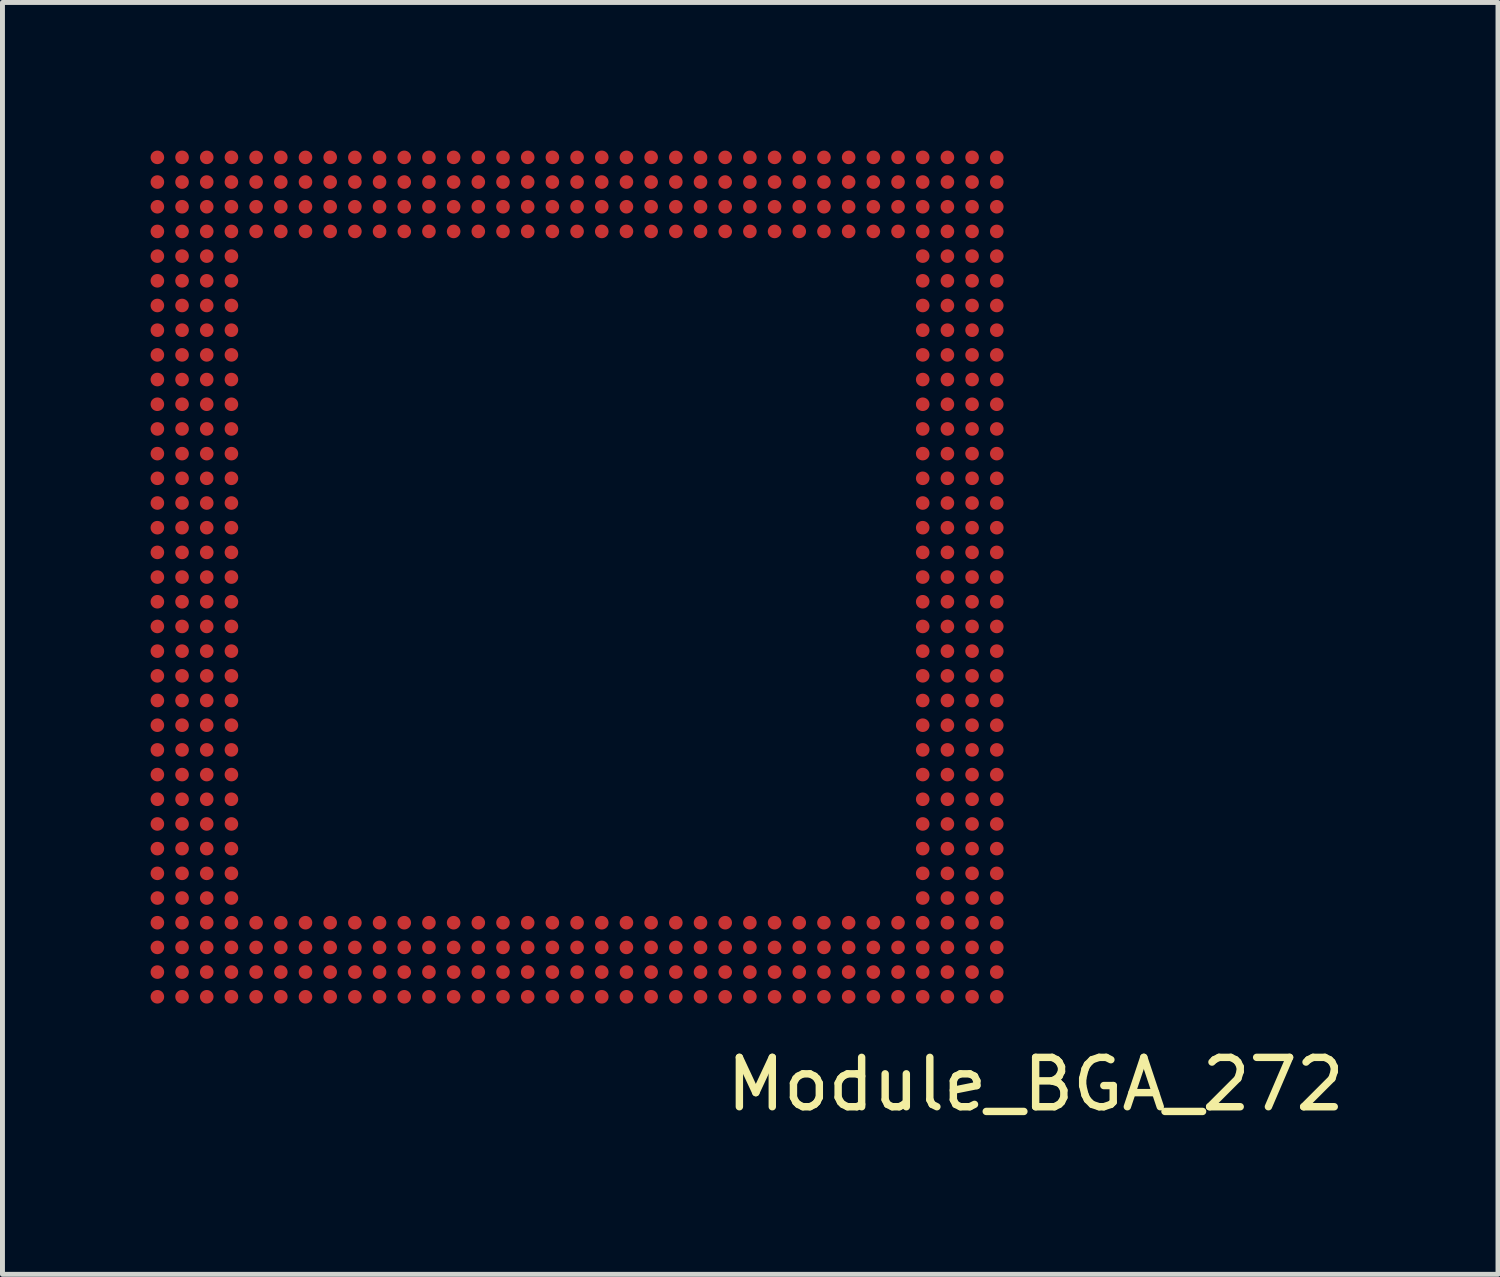
<source format=kicad_pcb>
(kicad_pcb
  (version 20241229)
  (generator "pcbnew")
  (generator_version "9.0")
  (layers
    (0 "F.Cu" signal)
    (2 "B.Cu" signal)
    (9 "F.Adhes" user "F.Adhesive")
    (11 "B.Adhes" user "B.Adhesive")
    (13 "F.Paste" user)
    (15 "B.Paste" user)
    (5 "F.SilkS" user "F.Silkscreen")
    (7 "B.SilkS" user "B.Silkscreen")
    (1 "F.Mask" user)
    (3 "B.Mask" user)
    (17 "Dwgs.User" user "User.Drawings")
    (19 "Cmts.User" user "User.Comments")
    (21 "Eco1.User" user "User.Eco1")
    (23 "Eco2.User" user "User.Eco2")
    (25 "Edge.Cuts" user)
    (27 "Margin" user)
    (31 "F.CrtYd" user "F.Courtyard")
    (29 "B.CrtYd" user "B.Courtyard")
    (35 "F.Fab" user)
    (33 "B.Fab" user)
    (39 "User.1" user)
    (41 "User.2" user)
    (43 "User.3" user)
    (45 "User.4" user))
  (footprint "Module_BGA_272"
    (layer "F.Cu")
    (at 3.659 4.173)
    (property "Reference" "Module_BGA_272" (at 14.265 14.736 0) (unlocked yes) (layer "F.SilkS") (effects (font (size 1 1) (thickness 0.15))))
    (attr smd)
    (pad "1" smd circle (at -3.522 -4.036) (size 0.275 0.275) (layers "F.Cu" "F.Mask" "F.Paste"))
    (pad "2" smd circle (at -3.022 -4.036) (size 0.275 0.275) (layers "F.Cu" "F.Mask" "F.Paste"))
    (pad "3" smd circle (at -2.522 -4.036) (size 0.275 0.275) (layers "F.Cu" "F.Mask" "F.Paste"))
    (pad "4" smd circle (at -2.022 -4.036) (size 0.275 0.275) (layers "F.Cu" "F.Mask" "F.Paste"))
    (pad "5" smd circle (at -1.522 -4.036) (size 0.275 0.275) (layers "F.Cu" "F.Mask" "F.Paste"))
    (pad "6" smd circle (at -1.022 -4.036) (size 0.275 0.275) (layers "F.Cu" "F.Mask" "F.Paste"))
    (pad "7" smd circle (at -0.522 -4.036) (size 0.275 0.275) (layers "F.Cu" "F.Mask" "F.Paste"))
    (pad "8" smd circle (at -0.022 -4.036) (size 0.275 0.275) (layers "F.Cu" "F.Mask" "F.Paste"))
    (pad "9" smd circle (at 0.478 -4.036) (size 0.275 0.275) (layers "F.Cu" "F.Mask" "F.Paste"))
    (pad "10" smd circle (at 0.978 -4.036) (size 0.275 0.275) (layers "F.Cu" "F.Mask" "F.Paste"))
    (pad "11" smd circle (at 1.478 -4.036) (size 0.275 0.275) (layers "F.Cu" "F.Mask" "F.Paste"))
    (pad "12" smd circle (at 1.978 -4.036) (size 0.275 0.275) (layers "F.Cu" "F.Mask" "F.Paste"))
    (pad "13" smd circle (at 2.478 -4.036) (size 0.275 0.275) (layers "F.Cu" "F.Mask" "F.Paste"))
    (pad "14" smd circle (at 2.978 -4.036) (size 0.275 0.275) (layers "F.Cu" "F.Mask" "F.Paste"))
    (pad "15" smd circle (at 3.478 -4.036) (size 0.275 0.275) (layers "F.Cu" "F.Mask" "F.Paste"))
    (pad "16" smd circle (at 3.978 -4.036) (size 0.275 0.275) (layers "F.Cu" "F.Mask" "F.Paste"))
    (pad "17" smd circle (at 4.478 -4.036) (size 0.275 0.275) (layers "F.Cu" "F.Mask" "F.Paste"))
    (pad "18" smd circle (at 4.978 -4.036) (size 0.275 0.275) (layers "F.Cu" "F.Mask" "F.Paste"))
    (pad "19" smd circle (at 5.478 -4.036) (size 0.275 0.275) (layers "F.Cu" "F.Mask" "F.Paste"))
    (pad "20" smd circle (at 5.978 -4.036) (size 0.275 0.275) (layers "F.Cu" "F.Mask" "F.Paste"))
    (pad "21" smd circle (at 6.478 -4.036) (size 0.275 0.275) (layers "F.Cu" "F.Mask" "F.Paste"))
    (pad "22" smd circle (at 6.978 -4.036) (size 0.275 0.275) (layers "F.Cu" "F.Mask" "F.Paste"))
    (pad "23" smd circle (at 7.478 -4.036) (size 0.275 0.275) (layers "F.Cu" "F.Mask" "F.Paste"))
    (pad "24" smd circle (at 7.978 -4.036) (size 0.275 0.275) (layers "F.Cu" "F.Mask" "F.Paste"))
    (pad "25" smd circle (at 8.478 -4.036) (size 0.275 0.275) (layers "F.Cu" "F.Mask" "F.Paste"))
    (pad "26" smd circle (at 8.978 -4.036) (size 0.275 0.275) (layers "F.Cu" "F.Mask" "F.Paste"))
    (pad "27" smd circle (at 9.478 -4.036) (size 0.275 0.275) (layers "F.Cu" "F.Mask" "F.Paste"))
    (pad "28" smd circle (at 9.978 -4.036) (size 0.275 0.275) (layers "F.Cu" "F.Mask" "F.Paste"))
    (pad "29" smd circle (at 10.478 -4.036) (size 0.275 0.275) (layers "F.Cu" "F.Mask" "F.Paste"))
    (pad "30" smd circle (at 10.978 -4.036) (size 0.275 0.275) (layers "F.Cu" "F.Mask" "F.Paste"))
    (pad "31" smd circle (at 11.478 -4.036) (size 0.275 0.275) (layers "F.Cu" "F.Mask" "F.Paste"))
    (pad "32" smd circle (at 11.978 -4.036) (size 0.275 0.275) (layers "F.Cu" "F.Mask" "F.Paste"))
    (pad "33" smd circle (at 12.478 -4.036) (size 0.275 0.275) (layers "F.Cu" "F.Mask" "F.Paste"))
    (pad "34" smd circle (at 12.978 -4.036) (size 0.275 0.275) (layers "F.Cu" "F.Mask" "F.Paste"))
    (pad "35" smd circle (at 13.478 -4.036) (size 0.275 0.275) (layers "F.Cu" "F.Mask" "F.Paste"))
    (pad "36" smd circle (at -3.522 -3.536) (size 0.275 0.275) (layers "F.Cu" "F.Mask" "F.Paste"))
    (pad "37" smd circle (at -3.022 -3.536) (size 0.275 0.275) (layers "F.Cu" "F.Mask" "F.Paste"))
    (pad "38" smd circle (at -2.522 -3.536) (size 0.275 0.275) (layers "F.Cu" "F.Mask" "F.Paste"))
    (pad "39" smd circle (at -2.022 -3.536) (size 0.275 0.275) (layers "F.Cu" "F.Mask" "F.Paste"))
    (pad "40" smd circle (at -1.522 -3.536) (size 0.275 0.275) (layers "F.Cu" "F.Mask" "F.Paste"))
    (pad "41" smd circle (at -1.022 -3.536) (size 0.275 0.275) (layers "F.Cu" "F.Mask" "F.Paste"))
    (pad "42" smd circle (at -0.522 -3.536) (size 0.275 0.275) (layers "F.Cu" "F.Mask" "F.Paste"))
    (pad "43" smd circle (at -0.022 -3.536) (size 0.275 0.275) (layers "F.Cu" "F.Mask" "F.Paste"))
    (pad "44" smd circle (at 0.478 -3.536) (size 0.275 0.275) (layers "F.Cu" "F.Mask" "F.Paste"))
    (pad "45" smd circle (at 0.978 -3.536) (size 0.275 0.275) (layers "F.Cu" "F.Mask" "F.Paste"))
    (pad "46" smd circle (at 1.478 -3.536) (size 0.275 0.275) (layers "F.Cu" "F.Mask" "F.Paste"))
    (pad "47" smd circle (at 1.978 -3.536) (size 0.275 0.275) (layers "F.Cu" "F.Mask" "F.Paste"))
    (pad "48" smd circle (at 2.478 -3.536) (size 0.275 0.275) (layers "F.Cu" "F.Mask" "F.Paste"))
    (pad "49" smd circle (at 2.978 -3.536) (size 0.275 0.275) (layers "F.Cu" "F.Mask" "F.Paste"))
    (pad "50" smd circle (at 3.478 -3.536) (size 0.275 0.275) (layers "F.Cu" "F.Mask" "F.Paste"))
    (pad "51" smd circle (at 3.978 -3.536) (size 0.275 0.275) (layers "F.Cu" "F.Mask" "F.Paste"))
    (pad "52" smd circle (at 4.478 -3.536) (size 0.275 0.275) (layers "F.Cu" "F.Mask" "F.Paste"))
    (pad "53" smd circle (at 4.978 -3.536) (size 0.275 0.275) (layers "F.Cu" "F.Mask" "F.Paste"))
    (pad "54" smd circle (at 5.478 -3.536) (size 0.275 0.275) (layers "F.Cu" "F.Mask" "F.Paste"))
    (pad "55" smd circle (at 5.978 -3.536) (size 0.275 0.275) (layers "F.Cu" "F.Mask" "F.Paste"))
    (pad "56" smd circle (at 6.478 -3.536) (size 0.275 0.275) (layers "F.Cu" "F.Mask" "F.Paste"))
    (pad "57" smd circle (at 6.978 -3.536) (size 0.275 0.275) (layers "F.Cu" "F.Mask" "F.Paste"))
    (pad "58" smd circle (at 7.478 -3.536) (size 0.275 0.275) (layers "F.Cu" "F.Mask" "F.Paste"))
    (pad "59" smd circle (at 7.978 -3.536) (size 0.275 0.275) (layers "F.Cu" "F.Mask" "F.Paste"))
    (pad "60" smd circle (at 8.478 -3.536) (size 0.275 0.275) (layers "F.Cu" "F.Mask" "F.Paste"))
    (pad "61" smd circle (at 8.978 -3.536) (size 0.275 0.275) (layers "F.Cu" "F.Mask" "F.Paste"))
    (pad "62" smd circle (at 9.478 -3.536) (size 0.275 0.275) (layers "F.Cu" "F.Mask" "F.Paste"))
    (pad "63" smd circle (at 9.978 -3.536) (size 0.275 0.275) (layers "F.Cu" "F.Mask" "F.Paste"))
    (pad "64" smd circle (at 10.478 -3.536) (size 0.275 0.275) (layers "F.Cu" "F.Mask" "F.Paste"))
    (pad "65" smd circle (at 10.978 -3.536) (size 0.275 0.275) (layers "F.Cu" "F.Mask" "F.Paste"))
    (pad "66" smd circle (at 11.478 -3.536) (size 0.275 0.275) (layers "F.Cu" "F.Mask" "F.Paste"))
    (pad "67" smd circle (at 11.978 -3.536) (size 0.275 0.275) (layers "F.Cu" "F.Mask" "F.Paste"))
    (pad "68" smd circle (at 12.478 -3.536) (size 0.275 0.275) (layers "F.Cu" "F.Mask" "F.Paste"))
    (pad "69" smd circle (at 12.978 -3.536) (size 0.275 0.275) (layers "F.Cu" "F.Mask" "F.Paste"))
    (pad "70" smd circle (at 13.478 -3.536) (size 0.275 0.275) (layers "F.Cu" "F.Mask" "F.Paste"))
    (pad "71" smd circle (at -3.522 -3.036) (size 0.275 0.275) (layers "F.Cu" "F.Mask" "F.Paste"))
    (pad "72" smd circle (at -3.022 -3.036) (size 0.275 0.275) (layers "F.Cu" "F.Mask" "F.Paste"))
    (pad "73" smd circle (at -2.522 -3.036) (size 0.275 0.275) (layers "F.Cu" "F.Mask" "F.Paste"))
    (pad "74" smd circle (at -2.022 -3.036) (size 0.275 0.275) (layers "F.Cu" "F.Mask" "F.Paste"))
    (pad "75" smd circle (at -1.522 -3.036) (size 0.275 0.275) (layers "F.Cu" "F.Mask" "F.Paste"))
    (pad "76" smd circle (at -1.022 -3.036) (size 0.275 0.275) (layers "F.Cu" "F.Mask" "F.Paste"))
    (pad "77" smd circle (at -0.522 -3.036) (size 0.275 0.275) (layers "F.Cu" "F.Mask" "F.Paste"))
    (pad "78" smd circle (at -0.022 -3.036) (size 0.275 0.275) (layers "F.Cu" "F.Mask" "F.Paste"))
    (pad "79" smd circle (at 0.478 -3.036) (size 0.275 0.275) (layers "F.Cu" "F.Mask" "F.Paste"))
    (pad "80" smd circle (at 0.978 -3.036) (size 0.275 0.275) (layers "F.Cu" "F.Mask" "F.Paste"))
    (pad "81" smd circle (at 1.478 -3.036) (size 0.275 0.275) (layers "F.Cu" "F.Mask" "F.Paste"))
    (pad "82" smd circle (at 1.978 -3.036) (size 0.275 0.275) (layers "F.Cu" "F.Mask" "F.Paste"))
    (pad "83" smd circle (at 2.478 -3.036) (size 0.275 0.275) (layers "F.Cu" "F.Mask" "F.Paste"))
    (pad "84" smd circle (at 2.978 -3.036) (size 0.275 0.275) (layers "F.Cu" "F.Mask" "F.Paste"))
    (pad "85" smd circle (at 3.478 -3.036) (size 0.275 0.275) (layers "F.Cu" "F.Mask" "F.Paste"))
    (pad "86" smd circle (at 3.978 -3.036) (size 0.275 0.275) (layers "F.Cu" "F.Mask" "F.Paste"))
    (pad "87" smd circle (at 4.478 -3.036) (size 0.275 0.275) (layers "F.Cu" "F.Mask" "F.Paste"))
    (pad "88" smd circle (at 4.978 -3.036) (size 0.275 0.275) (layers "F.Cu" "F.Mask" "F.Paste"))
    (pad "89" smd circle (at 5.478 -3.036) (size 0.275 0.275) (layers "F.Cu" "F.Mask" "F.Paste"))
    (pad "90" smd circle (at 5.978 -3.036) (size 0.275 0.275) (layers "F.Cu" "F.Mask" "F.Paste"))
    (pad "91" smd circle (at 6.478 -3.036) (size 0.275 0.275) (layers "F.Cu" "F.Mask" "F.Paste"))
    (pad "92" smd circle (at 6.978 -3.036) (size 0.275 0.275) (layers "F.Cu" "F.Mask" "F.Paste"))
    (pad "93" smd circle (at 7.478 -3.036) (size 0.275 0.275) (layers "F.Cu" "F.Mask" "F.Paste"))
    (pad "94" smd circle (at 7.978 -3.036) (size 0.275 0.275) (layers "F.Cu" "F.Mask" "F.Paste"))
    (pad "95" smd circle (at 8.478 -3.036) (size 0.275 0.275) (layers "F.Cu" "F.Mask" "F.Paste"))
    (pad "96" smd circle (at 8.978 -3.036) (size 0.275 0.275) (layers "F.Cu" "F.Mask" "F.Paste"))
    (pad "97" smd circle (at 9.478 -3.036) (size 0.275 0.275) (layers "F.Cu" "F.Mask" "F.Paste"))
    (pad "98" smd circle (at 9.978 -3.036) (size 0.275 0.275) (layers "F.Cu" "F.Mask" "F.Paste"))
    (pad "99" smd circle (at 10.478 -3.036) (size 0.275 0.275) (layers "F.Cu" "F.Mask" "F.Paste"))
    (pad "100" smd circle (at 10.978 -3.036) (size 0.275 0.275) (layers "F.Cu" "F.Mask" "F.Paste"))
    (pad "101" smd circle (at 11.478 -3.036) (size 0.275 0.275) (layers "F.Cu" "F.Mask" "F.Paste"))
    (pad "102" smd circle (at 11.978 -3.036) (size 0.275 0.275) (layers "F.Cu" "F.Mask" "F.Paste"))
    (pad "103" smd circle (at 12.478 -3.036) (size 0.275 0.275) (layers "F.Cu" "F.Mask" "F.Paste"))
    (pad "104" smd circle (at 12.978 -3.036) (size 0.275 0.275) (layers "F.Cu" "F.Mask" "F.Paste"))
    (pad "105" smd circle (at 13.478 -3.036) (size 0.275 0.275) (layers "F.Cu" "F.Mask" "F.Paste"))
    (pad "106" smd circle (at -3.522 -2.536) (size 0.275 0.275) (layers "F.Cu" "F.Mask" "F.Paste"))
    (pad "107" smd circle (at -3.022 -2.536) (size 0.275 0.275) (layers "F.Cu" "F.Mask" "F.Paste"))
    (pad "108" smd circle (at -2.522 -2.536) (size 0.275 0.275) (layers "F.Cu" "F.Mask" "F.Paste"))
    (pad "109" smd circle (at -2.022 -2.536) (size 0.275 0.275) (layers "F.Cu" "F.Mask" "F.Paste"))
    (pad "110" smd circle (at -1.522 -2.536) (size 0.275 0.275) (layers "F.Cu" "F.Mask" "F.Paste"))
    (pad "111" smd circle (at -1.022 -2.536) (size 0.275 0.275) (layers "F.Cu" "F.Mask" "F.Paste"))
    (pad "112" smd circle (at -0.522 -2.536) (size 0.275 0.275) (layers "F.Cu" "F.Mask" "F.Paste"))
    (pad "113" smd circle (at -0.022 -2.536) (size 0.275 0.275) (layers "F.Cu" "F.Mask" "F.Paste"))
    (pad "114" smd circle (at 0.478 -2.536) (size 0.275 0.275) (layers "F.Cu" "F.Mask" "F.Paste"))
    (pad "115" smd circle (at 0.978 -2.536) (size 0.275 0.275) (layers "F.Cu" "F.Mask" "F.Paste"))
    (pad "116" smd circle (at 1.478 -2.536) (size 0.275 0.275) (layers "F.Cu" "F.Mask" "F.Paste"))
    (pad "117" smd circle (at 1.978 -2.536) (size 0.275 0.275) (layers "F.Cu" "F.Mask" "F.Paste"))
    (pad "118" smd circle (at 2.478 -2.536) (size 0.275 0.275) (layers "F.Cu" "F.Mask" "F.Paste"))
    (pad "119" smd circle (at 2.978 -2.536) (size 0.275 0.275) (layers "F.Cu" "F.Mask" "F.Paste"))
    (pad "120" smd circle (at 3.478 -2.536) (size 0.275 0.275) (layers "F.Cu" "F.Mask" "F.Paste"))
    (pad "121" smd circle (at 3.978 -2.536) (size 0.275 0.275) (layers "F.Cu" "F.Mask" "F.Paste"))
    (pad "122" smd circle (at 4.478 -2.536) (size 0.275 0.275) (layers "F.Cu" "F.Mask" "F.Paste"))
    (pad "123" smd circle (at 4.978 -2.536) (size 0.275 0.275) (layers "F.Cu" "F.Mask" "F.Paste"))
    (pad "124" smd circle (at 5.478 -2.536) (size 0.275 0.275) (layers "F.Cu" "F.Mask" "F.Paste"))
    (pad "125" smd circle (at 5.978 -2.536) (size 0.275 0.275) (layers "F.Cu" "F.Mask" "F.Paste"))
    (pad "126" smd circle (at 6.478 -2.536) (size 0.275 0.275) (layers "F.Cu" "F.Mask" "F.Paste"))
    (pad "127" smd circle (at 6.978 -2.536) (size 0.275 0.275) (layers "F.Cu" "F.Mask" "F.Paste"))
    (pad "128" smd circle (at 7.478 -2.536) (size 0.275 0.275) (layers "F.Cu" "F.Mask" "F.Paste"))
    (pad "129" smd circle (at 7.978 -2.536) (size 0.275 0.275) (layers "F.Cu" "F.Mask" "F.Paste"))
    (pad "130" smd circle (at 8.478 -2.536) (size 0.275 0.275) (layers "F.Cu" "F.Mask" "F.Paste"))
    (pad "131" smd circle (at 8.978 -2.536) (size 0.275 0.275) (layers "F.Cu" "F.Mask" "F.Paste"))
    (pad "132" smd circle (at 9.478 -2.536) (size 0.275 0.275) (layers "F.Cu" "F.Mask" "F.Paste"))
    (pad "133" smd circle (at 9.978 -2.536) (size 0.275 0.275) (layers "F.Cu" "F.Mask" "F.Paste"))
    (pad "134" smd circle (at 10.478 -2.536) (size 0.275 0.275) (layers "F.Cu" "F.Mask" "F.Paste"))
    (pad "135" smd circle (at 10.978 -2.536) (size 0.275 0.275) (layers "F.Cu" "F.Mask" "F.Paste"))
    (pad "136" smd circle (at 11.478 -2.536) (size 0.275 0.275) (layers "F.Cu" "F.Mask" "F.Paste"))
    (pad "137" smd circle (at 11.978 -2.536) (size 0.275 0.275) (layers "F.Cu" "F.Mask" "F.Paste"))
    (pad "138" smd circle (at 12.478 -2.536) (size 0.275 0.275) (layers "F.Cu" "F.Mask" "F.Paste"))
    (pad "139" smd circle (at 12.978 -2.536) (size 0.275 0.275) (layers "F.Cu" "F.Mask" "F.Paste"))
    (pad "140" smd circle (at 13.478 -2.536) (size 0.275 0.275) (layers "F.Cu" "F.Mask" "F.Paste"))
    (pad "141" smd circle (at -3.522 -2.036) (size 0.275 0.275) (layers "F.Cu" "F.Mask" "F.Paste"))
    (pad "142" smd circle (at -3.022 -2.036) (size 0.275 0.275) (layers "F.Cu" "F.Mask" "F.Paste"))
    (pad "143" smd circle (at -2.522 -2.036) (size 0.275 0.275) (layers "F.Cu" "F.Mask" "F.Paste"))
    (pad "144" smd circle (at -2.022 -2.036) (size 0.275 0.275) (layers "F.Cu" "F.Mask" "F.Paste"))
    (pad "172" smd circle (at 11.978 -2.036) (size 0.275 0.275) (layers "F.Cu" "F.Mask" "F.Paste"))
    (pad "173" smd circle (at 12.478 -2.036) (size 0.275 0.275) (layers "F.Cu" "F.Mask" "F.Paste"))
    (pad "174" smd circle (at 12.978 -2.036) (size 0.275 0.275) (layers "F.Cu" "F.Mask" "F.Paste"))
    (pad "175" smd circle (at 13.478 -2.036) (size 0.275 0.275) (layers "F.Cu" "F.Mask" "F.Paste"))
    (pad "176" smd circle (at -3.522 -1.536) (size 0.275 0.275) (layers "F.Cu" "F.Mask" "F.Paste"))
    (pad "177" smd circle (at -3.022 -1.536) (size 0.275 0.275) (layers "F.Cu" "F.Mask" "F.Paste"))
    (pad "178" smd circle (at -2.522 -1.536) (size 0.275 0.275) (layers "F.Cu" "F.Mask" "F.Paste"))
    (pad "179" smd circle (at -2.022 -1.536) (size 0.275 0.275) (layers "F.Cu" "F.Mask" "F.Paste"))
    (pad "207" smd circle (at 11.978 -1.536) (size 0.275 0.275) (layers "F.Cu" "F.Mask" "F.Paste"))
    (pad "208" smd circle (at 12.478 -1.536) (size 0.275 0.275) (layers "F.Cu" "F.Mask" "F.Paste"))
    (pad "209" smd circle (at 12.978 -1.536) (size 0.275 0.275) (layers "F.Cu" "F.Mask" "F.Paste"))
    (pad "210" smd circle (at 13.478 -1.536) (size 0.275 0.275) (layers "F.Cu" "F.Mask" "F.Paste"))
    (pad "211" smd circle (at -3.522 -1.036) (size 0.275 0.275) (layers "F.Cu" "F.Mask" "F.Paste"))
    (pad "212" smd circle (at -3.022 -1.036) (size 0.275 0.275) (layers "F.Cu" "F.Mask" "F.Paste"))
    (pad "213" smd circle (at -2.522 -1.036) (size 0.275 0.275) (layers "F.Cu" "F.Mask" "F.Paste"))
    (pad "214" smd circle (at -2.022 -1.036) (size 0.275 0.275) (layers "F.Cu" "F.Mask" "F.Paste"))
    (pad "242" smd circle (at 11.978 -1.036) (size 0.275 0.275) (layers "F.Cu" "F.Mask" "F.Paste"))
    (pad "243" smd circle (at 12.478 -1.036) (size 0.275 0.275) (layers "F.Cu" "F.Mask" "F.Paste"))
    (pad "244" smd circle (at 12.978 -1.036) (size 0.275 0.275) (layers "F.Cu" "F.Mask" "F.Paste"))
    (pad "245" smd circle (at 13.478 -1.036) (size 0.275 0.275) (layers "F.Cu" "F.Mask" "F.Paste"))
    (pad "246" smd circle (at -3.522 -0.536) (size 0.275 0.275) (layers "F.Cu" "F.Mask" "F.Paste"))
    (pad "247" smd circle (at -3.022 -0.536) (size 0.275 0.275) (layers "F.Cu" "F.Mask" "F.Paste"))
    (pad "248" smd circle (at -2.522 -0.536) (size 0.275 0.275) (layers "F.Cu" "F.Mask" "F.Paste"))
    (pad "249" smd circle (at -2.022 -0.536) (size 0.275 0.275) (layers "F.Cu" "F.Mask" "F.Paste"))
    (pad "277" smd circle (at 11.978 -0.536) (size 0.275 0.275) (layers "F.Cu" "F.Mask" "F.Paste"))
    (pad "278" smd circle (at 12.478 -0.536) (size 0.275 0.275) (layers "F.Cu" "F.Mask" "F.Paste"))
    (pad "279" smd circle (at 12.978 -0.536) (size 0.275 0.275) (layers "F.Cu" "F.Mask" "F.Paste"))
    (pad "280" smd circle (at 13.478 -0.536) (size 0.275 0.275) (layers "F.Cu" "F.Mask" "F.Paste"))
    (pad "281" smd circle (at -3.522 -0.036) (size 0.275 0.275) (layers "F.Cu" "F.Mask" "F.Paste"))
    (pad "282" smd circle (at -3.022 -0.036) (size 0.275 0.275) (layers "F.Cu" "F.Mask" "F.Paste"))
    (pad "283" smd circle (at -2.522 -0.036) (size 0.275 0.275) (layers "F.Cu" "F.Mask" "F.Paste"))
    (pad "284" smd circle (at -2.022 -0.036) (size 0.275 0.275) (layers "F.Cu" "F.Mask" "F.Paste"))
    (pad "312" smd circle (at 11.978 -0.036) (size 0.275 0.275) (layers "F.Cu" "F.Mask" "F.Paste"))
    (pad "313" smd circle (at 12.478 -0.036) (size 0.275 0.275) (layers "F.Cu" "F.Mask" "F.Paste"))
    (pad "314" smd circle (at 12.978 -0.036) (size 0.275 0.275) (layers "F.Cu" "F.Mask" "F.Paste"))
    (pad "315" smd circle (at 13.478 -0.036) (size 0.275 0.275) (layers "F.Cu" "F.Mask" "F.Paste"))
    (pad "316" smd circle (at -3.522 0.464) (size 0.275 0.275) (layers "F.Cu" "F.Mask" "F.Paste"))
    (pad "317" smd circle (at -3.022 0.464) (size 0.275 0.275) (layers "F.Cu" "F.Mask" "F.Paste"))
    (pad "318" smd circle (at -2.522 0.464) (size 0.275 0.275) (layers "F.Cu" "F.Mask" "F.Paste"))
    (pad "319" smd circle (at -2.022 0.464) (size 0.275 0.275) (layers "F.Cu" "F.Mask" "F.Paste"))
    (pad "347" smd circle (at 11.978 0.464) (size 0.275 0.275) (layers "F.Cu" "F.Mask" "F.Paste"))
    (pad "348" smd circle (at 12.478 0.464) (size 0.275 0.275) (layers "F.Cu" "F.Mask" "F.Paste"))
    (pad "349" smd circle (at 12.978 0.464) (size 0.275 0.275) (layers "F.Cu" "F.Mask" "F.Paste"))
    (pad "350" smd circle (at 13.478 0.464) (size 0.275 0.275) (layers "F.Cu" "F.Mask" "F.Paste"))
    (pad "351" smd circle (at -3.522 0.964) (size 0.275 0.275) (layers "F.Cu" "F.Mask" "F.Paste"))
    (pad "352" smd circle (at -3.022 0.964) (size 0.275 0.275) (layers "F.Cu" "F.Mask" "F.Paste"))
    (pad "353" smd circle (at -2.522 0.964) (size 0.275 0.275) (layers "F.Cu" "F.Mask" "F.Paste"))
    (pad "354" smd circle (at -2.022 0.964) (size 0.275 0.275) (layers "F.Cu" "F.Mask" "F.Paste"))
    (pad "382" smd circle (at 11.978 0.964) (size 0.275 0.275) (layers "F.Cu" "F.Mask" "F.Paste"))
    (pad "383" smd circle (at 12.478 0.964) (size 0.275 0.275) (layers "F.Cu" "F.Mask" "F.Paste"))
    (pad "384" smd circle (at 12.978 0.964) (size 0.275 0.275) (layers "F.Cu" "F.Mask" "F.Paste"))
    (pad "385" smd circle (at 13.478 0.964) (size 0.275 0.275) (layers "F.Cu" "F.Mask" "F.Paste"))
    (pad "386" smd circle (at -3.522 1.464) (size 0.275 0.275) (layers "F.Cu" "F.Mask" "F.Paste"))
    (pad "387" smd circle (at -3.022 1.464) (size 0.275 0.275) (layers "F.Cu" "F.Mask" "F.Paste"))
    (pad "388" smd circle (at -2.522 1.464) (size 0.275 0.275) (layers "F.Cu" "F.Mask" "F.Paste"))
    (pad "389" smd circle (at -2.022 1.464) (size 0.275 0.275) (layers "F.Cu" "F.Mask" "F.Paste"))
    (pad "417" smd circle (at 11.978 1.464) (size 0.275 0.275) (layers "F.Cu" "F.Mask" "F.Paste"))
    (pad "418" smd circle (at 12.478 1.464) (size 0.275 0.275) (layers "F.Cu" "F.Mask" "F.Paste"))
    (pad "419" smd circle (at 12.978 1.464) (size 0.275 0.275) (layers "F.Cu" "F.Mask" "F.Paste"))
    (pad "420" smd circle (at 13.478 1.464) (size 0.275 0.275) (layers "F.Cu" "F.Mask" "F.Paste"))
    (pad "421" smd circle (at -3.522 1.964) (size 0.275 0.275) (layers "F.Cu" "F.Mask" "F.Paste"))
    (pad "422" smd circle (at -3.022 1.964) (size 0.275 0.275) (layers "F.Cu" "F.Mask" "F.Paste"))
    (pad "423" smd circle (at -2.522 1.964) (size 0.275 0.275) (layers "F.Cu" "F.Mask" "F.Paste"))
    (pad "424" smd circle (at -2.022 1.964) (size 0.275 0.275) (layers "F.Cu" "F.Mask" "F.Paste"))
    (pad "452" smd circle (at 11.978 1.964) (size 0.275 0.275) (layers "F.Cu" "F.Mask" "F.Paste"))
    (pad "453" smd circle (at 12.478 1.964) (size 0.275 0.275) (layers "F.Cu" "F.Mask" "F.Paste"))
    (pad "454" smd circle (at 12.978 1.964) (size 0.275 0.275) (layers "F.Cu" "F.Mask" "F.Paste"))
    (pad "455" smd circle (at 13.478 1.964) (size 0.275 0.275) (layers "F.Cu" "F.Mask" "F.Paste"))
    (pad "456" smd circle (at -3.522 2.464) (size 0.275 0.275) (layers "F.Cu" "F.Mask" "F.Paste"))
    (pad "457" smd circle (at -3.022 2.464) (size 0.275 0.275) (layers "F.Cu" "F.Mask" "F.Paste"))
    (pad "458" smd circle (at -2.522 2.464) (size 0.275 0.275) (layers "F.Cu" "F.Mask" "F.Paste"))
    (pad "459" smd circle (at -2.022 2.464) (size 0.275 0.275) (layers "F.Cu" "F.Mask" "F.Paste"))
    (pad "487" smd circle (at 11.978 2.464) (size 0.275 0.275) (layers "F.Cu" "F.Mask" "F.Paste"))
    (pad "488" smd circle (at 12.478 2.464) (size 0.275 0.275) (layers "F.Cu" "F.Mask" "F.Paste"))
    (pad "489" smd circle (at 12.978 2.464) (size 0.275 0.275) (layers "F.Cu" "F.Mask" "F.Paste"))
    (pad "490" smd circle (at 13.478 2.464) (size 0.275 0.275) (layers "F.Cu" "F.Mask" "F.Paste"))
    (pad "491" smd circle (at -3.522 2.964) (size 0.275 0.275) (layers "F.Cu" "F.Mask" "F.Paste"))
    (pad "492" smd circle (at -3.022 2.964) (size 0.275 0.275) (layers "F.Cu" "F.Mask" "F.Paste"))
    (pad "493" smd circle (at -2.522 2.964) (size 0.275 0.275) (layers "F.Cu" "F.Mask" "F.Paste"))
    (pad "494" smd circle (at -2.022 2.964) (size 0.275 0.275) (layers "F.Cu" "F.Mask" "F.Paste"))
    (pad "522" smd circle (at 11.978 2.964) (size 0.275 0.275) (layers "F.Cu" "F.Mask" "F.Paste"))
    (pad "523" smd circle (at 12.478 2.964) (size 0.275 0.275) (layers "F.Cu" "F.Mask" "F.Paste"))
    (pad "524" smd circle (at 12.978 2.964) (size 0.275 0.275) (layers "F.Cu" "F.Mask" "F.Paste"))
    (pad "525" smd circle (at 13.478 2.964) (size 0.275 0.275) (layers "F.Cu" "F.Mask" "F.Paste"))
    (pad "526" smd circle (at -3.522 3.464) (size 0.275 0.275) (layers "F.Cu" "F.Mask" "F.Paste"))
    (pad "527" smd circle (at -3.022 3.464) (size 0.275 0.275) (layers "F.Cu" "F.Mask" "F.Paste"))
    (pad "528" smd circle (at -2.522 3.464) (size 0.275 0.275) (layers "F.Cu" "F.Mask" "F.Paste"))
    (pad "529" smd circle (at -2.022 3.464) (size 0.275 0.275) (layers "F.Cu" "F.Mask" "F.Paste"))
    (pad "557" smd circle (at 11.978 3.464) (size 0.275 0.275) (layers "F.Cu" "F.Mask" "F.Paste"))
    (pad "558" smd circle (at 12.478 3.464) (size 0.275 0.275) (layers "F.Cu" "F.Mask" "F.Paste"))
    (pad "559" smd circle (at 12.978 3.464) (size 0.275 0.275) (layers "F.Cu" "F.Mask" "F.Paste"))
    (pad "560" smd circle (at 13.478 3.464) (size 0.275 0.275) (layers "F.Cu" "F.Mask" "F.Paste"))
    (pad "561" smd circle (at -3.522 3.964) (size 0.275 0.275) (layers "F.Cu" "F.Mask" "F.Paste"))
    (pad "562" smd circle (at -3.022 3.964) (size 0.275 0.275) (layers "F.Cu" "F.Mask" "F.Paste"))
    (pad "563" smd circle (at -2.522 3.964) (size 0.275 0.275) (layers "F.Cu" "F.Mask" "F.Paste"))
    (pad "564" smd circle (at -2.022 3.964) (size 0.275 0.275) (layers "F.Cu" "F.Mask" "F.Paste"))
    (pad "592" smd circle (at 11.978 3.964) (size 0.275 0.275) (layers "F.Cu" "F.Mask" "F.Paste"))
    (pad "593" smd circle (at 12.478 3.964) (size 0.275 0.275) (layers "F.Cu" "F.Mask" "F.Paste"))
    (pad "594" smd circle (at 12.978 3.964) (size 0.275 0.275) (layers "F.Cu" "F.Mask" "F.Paste"))
    (pad "595" smd circle (at 13.478 3.964) (size 0.275 0.275) (layers "F.Cu" "F.Mask" "F.Paste"))
    (pad "596" smd circle (at -3.522 4.464) (size 0.275 0.275) (layers "F.Cu" "F.Mask" "F.Paste"))
    (pad "597" smd circle (at -3.022 4.464) (size 0.275 0.275) (layers "F.Cu" "F.Mask" "F.Paste"))
    (pad "598" smd circle (at -2.522 4.464) (size 0.275 0.275) (layers "F.Cu" "F.Mask" "F.Paste"))
    (pad "599" smd circle (at -2.022 4.464) (size 0.275 0.275) (layers "F.Cu" "F.Mask" "F.Paste"))
    (pad "627" smd circle (at 11.978 4.464) (size 0.275 0.275) (layers "F.Cu" "F.Mask" "F.Paste"))
    (pad "628" smd circle (at 12.478 4.464) (size 0.275 0.275) (layers "F.Cu" "F.Mask" "F.Paste"))
    (pad "629" smd circle (at 12.978 4.464) (size 0.275 0.275) (layers "F.Cu" "F.Mask" "F.Paste"))
    (pad "630" smd circle (at 13.478 4.464) (size 0.275 0.275) (layers "F.Cu" "F.Mask" "F.Paste"))
    (pad "631" smd circle (at -3.522 4.964) (size 0.275 0.275) (layers "F.Cu" "F.Mask" "F.Paste"))
    (pad "632" smd circle (at -3.022 4.964) (size 0.275 0.275) (layers "F.Cu" "F.Mask" "F.Paste"))
    (pad "633" smd circle (at -2.522 4.964) (size 0.275 0.275) (layers "F.Cu" "F.Mask" "F.Paste"))
    (pad "634" smd circle (at -2.022 4.964) (size 0.275 0.275) (layers "F.Cu" "F.Mask" "F.Paste"))
    (pad "662" smd circle (at 11.978 4.964) (size 0.275 0.275) (layers "F.Cu" "F.Mask" "F.Paste"))
    (pad "663" smd circle (at 12.478 4.964) (size 0.275 0.275) (layers "F.Cu" "F.Mask" "F.Paste"))
    (pad "664" smd circle (at 12.978 4.964) (size 0.275 0.275) (layers "F.Cu" "F.Mask" "F.Paste"))
    (pad "665" smd circle (at 13.478 4.964) (size 0.275 0.275) (layers "F.Cu" "F.Mask" "F.Paste"))
    (pad "666" smd circle (at -3.522 5.464) (size 0.275 0.275) (layers "F.Cu" "F.Mask" "F.Paste"))
    (pad "667" smd circle (at -3.022 5.464) (size 0.275 0.275) (layers "F.Cu" "F.Mask" "F.Paste"))
    (pad "668" smd circle (at -2.522 5.464) (size 0.275 0.275) (layers "F.Cu" "F.Mask" "F.Paste"))
    (pad "669" smd circle (at -2.022 5.464) (size 0.275 0.275) (layers "F.Cu" "F.Mask" "F.Paste"))
    (pad "697" smd circle (at 11.978 5.464) (size 0.275 0.275) (layers "F.Cu" "F.Mask" "F.Paste"))
    (pad "698" smd circle (at 12.478 5.464) (size 0.275 0.275) (layers "F.Cu" "F.Mask" "F.Paste"))
    (pad "699" smd circle (at 12.978 5.464) (size 0.275 0.275) (layers "F.Cu" "F.Mask" "F.Paste"))
    (pad "700" smd circle (at 13.478 5.464) (size 0.275 0.275) (layers "F.Cu" "F.Mask" "F.Paste"))
    (pad "701" smd circle (at -3.522 5.964) (size 0.275 0.275) (layers "F.Cu" "F.Mask" "F.Paste"))
    (pad "702" smd circle (at -3.022 5.964) (size 0.275 0.275) (layers "F.Cu" "F.Mask" "F.Paste"))
    (pad "703" smd circle (at -2.522 5.964) (size 0.275 0.275) (layers "F.Cu" "F.Mask" "F.Paste"))
    (pad "704" smd circle (at -2.022 5.964) (size 0.275 0.275) (layers "F.Cu" "F.Mask" "F.Paste"))
    (pad "732" smd circle (at 11.978 5.964) (size 0.275 0.275) (layers "F.Cu" "F.Mask" "F.Paste"))
    (pad "733" smd circle (at 12.478 5.964) (size 0.275 0.275) (layers "F.Cu" "F.Mask" "F.Paste"))
    (pad "734" smd circle (at 12.978 5.964) (size 0.275 0.275) (layers "F.Cu" "F.Mask" "F.Paste"))
    (pad "735" smd circle (at 13.478 5.964) (size 0.275 0.275) (layers "F.Cu" "F.Mask" "F.Paste"))
    (pad "736" smd circle (at -3.522 6.464) (size 0.275 0.275) (layers "F.Cu" "F.Mask" "F.Paste"))
    (pad "737" smd circle (at -3.022 6.464) (size 0.275 0.275) (layers "F.Cu" "F.Mask" "F.Paste"))
    (pad "738" smd circle (at -2.522 6.464) (size 0.275 0.275) (layers "F.Cu" "F.Mask" "F.Paste"))
    (pad "739" smd circle (at -2.022 6.464) (size 0.275 0.275) (layers "F.Cu" "F.Mask" "F.Paste"))
    (pad "767" smd circle (at 11.978 6.464) (size 0.275 0.275) (layers "F.Cu" "F.Mask" "F.Paste"))
    (pad "768" smd circle (at 12.478 6.464) (size 0.275 0.275) (layers "F.Cu" "F.Mask" "F.Paste"))
    (pad "769" smd circle (at 12.978 6.464) (size 0.275 0.275) (layers "F.Cu" "F.Mask" "F.Paste"))
    (pad "770" smd circle (at 13.478 6.464) (size 0.275 0.275) (layers "F.Cu" "F.Mask" "F.Paste"))
    (pad "771" smd circle (at -3.522 6.964) (size 0.275 0.275) (layers "F.Cu" "F.Mask" "F.Paste"))
    (pad "772" smd circle (at -3.022 6.964) (size 0.275 0.275) (layers "F.Cu" "F.Mask" "F.Paste"))
    (pad "773" smd circle (at -2.522 6.964) (size 0.275 0.275) (layers "F.Cu" "F.Mask" "F.Paste"))
    (pad "774" smd circle (at -2.022 6.964) (size 0.275 0.275) (layers "F.Cu" "F.Mask" "F.Paste"))
    (pad "802" smd circle (at 11.978 6.964) (size 0.275 0.275) (layers "F.Cu" "F.Mask" "F.Paste"))
    (pad "803" smd circle (at 12.478 6.964) (size 0.275 0.275) (layers "F.Cu" "F.Mask" "F.Paste"))
    (pad "804" smd circle (at 12.978 6.964) (size 0.275 0.275) (layers "F.Cu" "F.Mask" "F.Paste"))
    (pad "805" smd circle (at 13.478 6.964) (size 0.275 0.275) (layers "F.Cu" "F.Mask" "F.Paste"))
    (pad "806" smd circle (at -3.522 7.464) (size 0.275 0.275) (layers "F.Cu" "F.Mask" "F.Paste"))
    (pad "807" smd circle (at -3.022 7.464) (size 0.275 0.275) (layers "F.Cu" "F.Mask" "F.Paste"))
    (pad "808" smd circle (at -2.522 7.464) (size 0.275 0.275) (layers "F.Cu" "F.Mask" "F.Paste"))
    (pad "809" smd circle (at -2.022 7.464) (size 0.275 0.275) (layers "F.Cu" "F.Mask" "F.Paste"))
    (pad "837" smd circle (at 11.978 7.464) (size 0.275 0.275) (layers "F.Cu" "F.Mask" "F.Paste"))
    (pad "838" smd circle (at 12.478 7.464) (size 0.275 0.275) (layers "F.Cu" "F.Mask" "F.Paste"))
    (pad "839" smd circle (at 12.978 7.464) (size 0.275 0.275) (layers "F.Cu" "F.Mask" "F.Paste"))
    (pad "840" smd circle (at 13.478 7.464) (size 0.275 0.275) (layers "F.Cu" "F.Mask" "F.Paste"))
    (pad "841" smd circle (at -3.522 7.964) (size 0.275 0.275) (layers "F.Cu" "F.Mask" "F.Paste"))
    (pad "842" smd circle (at -3.022 7.964) (size 0.275 0.275) (layers "F.Cu" "F.Mask" "F.Paste"))
    (pad "843" smd circle (at -2.522 7.964) (size 0.275 0.275) (layers "F.Cu" "F.Mask" "F.Paste"))
    (pad "844" smd circle (at -2.022 7.964) (size 0.275 0.275) (layers "F.Cu" "F.Mask" "F.Paste"))
    (pad "872" smd circle (at 11.978 7.964) (size 0.275 0.275) (layers "F.Cu" "F.Mask" "F.Paste"))
    (pad "873" smd circle (at 12.478 7.964) (size 0.275 0.275) (layers "F.Cu" "F.Mask" "F.Paste"))
    (pad "874" smd circle (at 12.978 7.964) (size 0.275 0.275) (layers "F.Cu" "F.Mask" "F.Paste"))
    (pad "875" smd circle (at 13.478 7.964) (size 0.275 0.275) (layers "F.Cu" "F.Mask" "F.Paste"))
    (pad "876" smd circle (at -3.522 8.464) (size 0.275 0.275) (layers "F.Cu" "F.Mask" "F.Paste"))
    (pad "877" smd circle (at -3.022 8.464) (size 0.275 0.275) (layers "F.Cu" "F.Mask" "F.Paste"))
    (pad "878" smd circle (at -2.522 8.464) (size 0.275 0.275) (layers "F.Cu" "F.Mask" "F.Paste"))
    (pad "879" smd circle (at -2.022 8.464) (size 0.275 0.275) (layers "F.Cu" "F.Mask" "F.Paste"))
    (pad "907" smd circle (at 11.978 8.464) (size 0.275 0.275) (layers "F.Cu" "F.Mask" "F.Paste"))
    (pad "908" smd circle (at 12.478 8.464) (size 0.275 0.275) (layers "F.Cu" "F.Mask" "F.Paste"))
    (pad "909" smd circle (at 12.978 8.464) (size 0.275 0.275) (layers "F.Cu" "F.Mask" "F.Paste"))
    (pad "910" smd circle (at 13.478 8.464) (size 0.275 0.275) (layers "F.Cu" "F.Mask" "F.Paste"))
    (pad "911" smd circle (at -3.522 8.964) (size 0.275 0.275) (layers "F.Cu" "F.Mask" "F.Paste"))
    (pad "912" smd circle (at -3.022 8.964) (size 0.275 0.275) (layers "F.Cu" "F.Mask" "F.Paste"))
    (pad "913" smd circle (at -2.522 8.964) (size 0.275 0.275) (layers "F.Cu" "F.Mask" "F.Paste"))
    (pad "914" smd circle (at -2.022 8.964) (size 0.275 0.275) (layers "F.Cu" "F.Mask" "F.Paste"))
    (pad "942" smd circle (at 11.978 8.964) (size 0.275 0.275) (layers "F.Cu" "F.Mask" "F.Paste"))
    (pad "943" smd circle (at 12.478 8.964) (size 0.275 0.275) (layers "F.Cu" "F.Mask" "F.Paste"))
    (pad "944" smd circle (at 12.978 8.964) (size 0.275 0.275) (layers "F.Cu" "F.Mask" "F.Paste"))
    (pad "945" smd circle (at 13.478 8.964) (size 0.275 0.275) (layers "F.Cu" "F.Mask" "F.Paste"))
    (pad "946" smd circle (at -3.522 9.464) (size 0.275 0.275) (layers "F.Cu" "F.Mask" "F.Paste"))
    (pad "947" smd circle (at -3.022 9.464) (size 0.275 0.275) (layers "F.Cu" "F.Mask" "F.Paste"))
    (pad "948" smd circle (at -2.522 9.464) (size 0.275 0.275) (layers "F.Cu" "F.Mask" "F.Paste"))
    (pad "949" smd circle (at -2.022 9.464) (size 0.275 0.275) (layers "F.Cu" "F.Mask" "F.Paste"))
    (pad "977" smd circle (at 11.978 9.464) (size 0.275 0.275) (layers "F.Cu" "F.Mask" "F.Paste"))
    (pad "978" smd circle (at 12.478 9.464) (size 0.275 0.275) (layers "F.Cu" "F.Mask" "F.Paste"))
    (pad "979" smd circle (at 12.978 9.464) (size 0.275 0.275) (layers "F.Cu" "F.Mask" "F.Paste"))
    (pad "980" smd circle (at 13.478 9.464) (size 0.275 0.275) (layers "F.Cu" "F.Mask" "F.Paste"))
    (pad "981" smd circle (at -3.522 9.964) (size 0.275 0.275) (layers "F.Cu" "F.Mask" "F.Paste"))
    (pad "982" smd circle (at -3.022 9.964) (size 0.275 0.275) (layers "F.Cu" "F.Mask" "F.Paste"))
    (pad "983" smd circle (at -2.522 9.964) (size 0.275 0.275) (layers "F.Cu" "F.Mask" "F.Paste"))
    (pad "984" smd circle (at -2.022 9.964) (size 0.275 0.275) (layers "F.Cu" "F.Mask" "F.Paste"))
    (pad "1012" smd circle (at 11.978 9.964) (size 0.275 0.275) (layers "F.Cu" "F.Mask" "F.Paste"))
    (pad "1013" smd circle (at 12.478 9.964) (size 0.275 0.275) (layers "F.Cu" "F.Mask" "F.Paste"))
    (pad "1014" smd circle (at 12.978 9.964) (size 0.275 0.275) (layers "F.Cu" "F.Mask" "F.Paste"))
    (pad "1015" smd circle (at 13.478 9.964) (size 0.275 0.275) (layers "F.Cu" "F.Mask" "F.Paste"))
    (pad "1016" smd circle (at -3.522 10.464) (size 0.275 0.275) (layers "F.Cu" "F.Mask" "F.Paste"))
    (pad "1017" smd circle (at -3.022 10.464) (size 0.275 0.275) (layers "F.Cu" "F.Mask" "F.Paste"))
    (pad "1018" smd circle (at -2.522 10.464) (size 0.275 0.275) (layers "F.Cu" "F.Mask" "F.Paste"))
    (pad "1019" smd circle (at -2.022 10.464) (size 0.275 0.275) (layers "F.Cu" "F.Mask" "F.Paste"))
    (pad "1047" smd circle (at 11.978 10.464) (size 0.275 0.275) (layers "F.Cu" "F.Mask" "F.Paste"))
    (pad "1048" smd circle (at 12.478 10.464) (size 0.275 0.275) (layers "F.Cu" "F.Mask" "F.Paste"))
    (pad "1049" smd circle (at 12.978 10.464) (size 0.275 0.275) (layers "F.Cu" "F.Mask" "F.Paste"))
    (pad "1050" smd circle (at 13.478 10.464) (size 0.275 0.275) (layers "F.Cu" "F.Mask" "F.Paste"))
    (pad "1051" smd circle (at -3.522 10.964) (size 0.275 0.275) (layers "F.Cu" "F.Mask" "F.Paste"))
    (pad "1052" smd circle (at -3.022 10.964) (size 0.275 0.275) (layers "F.Cu" "F.Mask" "F.Paste"))
    (pad "1053" smd circle (at -2.522 10.964) (size 0.275 0.275) (layers "F.Cu" "F.Mask" "F.Paste"))
    (pad "1054" smd circle (at -2.022 10.964) (size 0.275 0.275) (layers "F.Cu" "F.Mask" "F.Paste"))
    (pad "1082" smd circle (at 11.978 10.964) (size 0.275 0.275) (layers "F.Cu" "F.Mask" "F.Paste"))
    (pad "1083" smd circle (at 12.478 10.964) (size 0.275 0.275) (layers "F.Cu" "F.Mask" "F.Paste"))
    (pad "1084" smd circle (at 12.978 10.964) (size 0.275 0.275) (layers "F.Cu" "F.Mask" "F.Paste"))
    (pad "1085" smd circle (at 13.478 10.964) (size 0.275 0.275) (layers "F.Cu" "F.Mask" "F.Paste"))
    (pad "1086" smd circle (at -3.522 11.464) (size 0.275 0.275) (layers "F.Cu" "F.Mask" "F.Paste"))
    (pad "1087" smd circle (at -3.022 11.464) (size 0.275 0.275) (layers "F.Cu" "F.Mask" "F.Paste"))
    (pad "1088" smd circle (at -2.522 11.464) (size 0.275 0.275) (layers "F.Cu" "F.Mask" "F.Paste"))
    (pad "1089" smd circle (at -2.022 11.464) (size 0.275 0.275) (layers "F.Cu" "F.Mask" "F.Paste"))
    (pad "1090" smd circle (at -1.522 11.464) (size 0.275 0.275) (layers "F.Cu" "F.Mask" "F.Paste"))
    (pad "1091" smd circle (at -1.022 11.464) (size 0.275 0.275) (layers "F.Cu" "F.Mask" "F.Paste"))
    (pad "1092" smd circle (at -0.522 11.464) (size 0.275 0.275) (layers "F.Cu" "F.Mask" "F.Paste"))
    (pad "1093" smd circle (at -0.022 11.464) (size 0.275 0.275) (layers "F.Cu" "F.Mask" "F.Paste"))
    (pad "1094" smd circle (at 0.478 11.464) (size 0.275 0.275) (layers "F.Cu" "F.Mask" "F.Paste"))
    (pad "1095" smd circle (at 0.978 11.464) (size 0.275 0.275) (layers "F.Cu" "F.Mask" "F.Paste"))
    (pad "1096" smd circle (at 1.478 11.464) (size 0.275 0.275) (layers "F.Cu" "F.Mask" "F.Paste"))
    (pad "1097" smd circle (at 1.978 11.464) (size 0.275 0.275) (layers "F.Cu" "F.Mask" "F.Paste"))
    (pad "1098" smd circle (at 2.478 11.464) (size 0.275 0.275) (layers "F.Cu" "F.Mask" "F.Paste"))
    (pad "1099" smd circle (at 2.978 11.464) (size 0.275 0.275) (layers "F.Cu" "F.Mask" "F.Paste"))
    (pad "1100" smd circle (at 3.478 11.464) (size 0.275 0.275) (layers "F.Cu" "F.Mask" "F.Paste"))
    (pad "1101" smd circle (at 3.978 11.464) (size 0.275 0.275) (layers "F.Cu" "F.Mask" "F.Paste"))
    (pad "1102" smd circle (at 4.478 11.464) (size 0.275 0.275) (layers "F.Cu" "F.Mask" "F.Paste"))
    (pad "1103" smd circle (at 4.978 11.464) (size 0.275 0.275) (layers "F.Cu" "F.Mask" "F.Paste"))
    (pad "1104" smd circle (at 5.478 11.464) (size 0.275 0.275) (layers "F.Cu" "F.Mask" "F.Paste"))
    (pad "1105" smd circle (at 5.978 11.464) (size 0.275 0.275) (layers "F.Cu" "F.Mask" "F.Paste"))
    (pad "1106" smd circle (at 6.478 11.464) (size 0.275 0.275) (layers "F.Cu" "F.Mask" "F.Paste"))
    (pad "1107" smd circle (at 6.978 11.464) (size 0.275 0.275) (layers "F.Cu" "F.Mask" "F.Paste"))
    (pad "1108" smd circle (at 7.478 11.464) (size 0.275 0.275) (layers "F.Cu" "F.Mask" "F.Paste"))
    (pad "1109" smd circle (at 7.978 11.464) (size 0.275 0.275) (layers "F.Cu" "F.Mask" "F.Paste"))
    (pad "1110" smd circle (at 8.478 11.464) (size 0.275 0.275) (layers "F.Cu" "F.Mask" "F.Paste"))
    (pad "1111" smd circle (at 8.978 11.464) (size 0.275 0.275) (layers "F.Cu" "F.Mask" "F.Paste"))
    (pad "1112" smd circle (at 9.478 11.464) (size 0.275 0.275) (layers "F.Cu" "F.Mask" "F.Paste"))
    (pad "1113" smd circle (at 9.978 11.464) (size 0.275 0.275) (layers "F.Cu" "F.Mask" "F.Paste"))
    (pad "1114" smd circle (at 10.478 11.464) (size 0.275 0.275) (layers "F.Cu" "F.Mask" "F.Paste"))
    (pad "1115" smd circle (at 10.978 11.464) (size 0.275 0.275) (layers "F.Cu" "F.Mask" "F.Paste"))
    (pad "1116" smd circle (at 11.478 11.464) (size 0.275 0.275) (layers "F.Cu" "F.Mask" "F.Paste"))
    (pad "1117" smd circle (at 11.978 11.464) (size 0.275 0.275) (layers "F.Cu" "F.Mask" "F.Paste"))
    (pad "1118" smd circle (at 12.478 11.464) (size 0.275 0.275) (layers "F.Cu" "F.Mask" "F.Paste"))
    (pad "1119" smd circle (at 12.978 11.464) (size 0.275 0.275) (layers "F.Cu" "F.Mask" "F.Paste"))
    (pad "1120" smd circle (at 13.478 11.464) (size 0.275 0.275) (layers "F.Cu" "F.Mask" "F.Paste"))
    (pad "1121" smd circle (at -3.522 11.964) (size 0.275 0.275) (layers "F.Cu" "F.Mask" "F.Paste"))
    (pad "1122" smd circle (at -3.022 11.964) (size 0.275 0.275) (layers "F.Cu" "F.Mask" "F.Paste"))
    (pad "1123" smd circle (at -2.522 11.964) (size 0.275 0.275) (layers "F.Cu" "F.Mask" "F.Paste"))
    (pad "1124" smd circle (at -2.022 11.964) (size 0.275 0.275) (layers "F.Cu" "F.Mask" "F.Paste"))
    (pad "1125" smd circle (at -1.522 11.964) (size 0.275 0.275) (layers "F.Cu" "F.Mask" "F.Paste"))
    (pad "1126" smd circle (at -1.022 11.964) (size 0.275 0.275) (layers "F.Cu" "F.Mask" "F.Paste"))
    (pad "1127" smd circle (at -0.522 11.964) (size 0.275 0.275) (layers "F.Cu" "F.Mask" "F.Paste"))
    (pad "1128" smd circle (at -0.022 11.964) (size 0.275 0.275) (layers "F.Cu" "F.Mask" "F.Paste"))
    (pad "1129" smd circle (at 0.478 11.964) (size 0.275 0.275) (layers "F.Cu" "F.Mask" "F.Paste"))
    (pad "1130" smd circle (at 0.978 11.964) (size 0.275 0.275) (layers "F.Cu" "F.Mask" "F.Paste"))
    (pad "1131" smd circle (at 1.478 11.964) (size 0.275 0.275) (layers "F.Cu" "F.Mask" "F.Paste"))
    (pad "1132" smd circle (at 1.978 11.964) (size 0.275 0.275) (layers "F.Cu" "F.Mask" "F.Paste"))
    (pad "1133" smd circle (at 2.478 11.964) (size 0.275 0.275) (layers "F.Cu" "F.Mask" "F.Paste"))
    (pad "1134" smd circle (at 2.978 11.964) (size 0.275 0.275) (layers "F.Cu" "F.Mask" "F.Paste"))
    (pad "1135" smd circle (at 3.478 11.964) (size 0.275 0.275) (layers "F.Cu" "F.Mask" "F.Paste"))
    (pad "1136" smd circle (at 3.978 11.964) (size 0.275 0.275) (layers "F.Cu" "F.Mask" "F.Paste"))
    (pad "1137" smd circle (at 4.478 11.964) (size 0.275 0.275) (layers "F.Cu" "F.Mask" "F.Paste"))
    (pad "1138" smd circle (at 4.978 11.964) (size 0.275 0.275) (layers "F.Cu" "F.Mask" "F.Paste"))
    (pad "1139" smd circle (at 5.478 11.964) (size 0.275 0.275) (layers "F.Cu" "F.Mask" "F.Paste"))
    (pad "1140" smd circle (at 5.978 11.964) (size 0.275 0.275) (layers "F.Cu" "F.Mask" "F.Paste"))
    (pad "1141" smd circle (at 6.478 11.964) (size 0.275 0.275) (layers "F.Cu" "F.Mask" "F.Paste"))
    (pad "1142" smd circle (at 6.978 11.964) (size 0.275 0.275) (layers "F.Cu" "F.Mask" "F.Paste"))
    (pad "1143" smd circle (at 7.478 11.964) (size 0.275 0.275) (layers "F.Cu" "F.Mask" "F.Paste"))
    (pad "1144" smd circle (at 7.978 11.964) (size 0.275 0.275) (layers "F.Cu" "F.Mask" "F.Paste"))
    (pad "1145" smd circle (at 8.478 11.964) (size 0.275 0.275) (layers "F.Cu" "F.Mask" "F.Paste"))
    (pad "1146" smd circle (at 8.978 11.964) (size 0.275 0.275) (layers "F.Cu" "F.Mask" "F.Paste"))
    (pad "1147" smd circle (at 9.478 11.964) (size 0.275 0.275) (layers "F.Cu" "F.Mask" "F.Paste"))
    (pad "1148" smd circle (at 9.978 11.964) (size 0.275 0.275) (layers "F.Cu" "F.Mask" "F.Paste"))
    (pad "1149" smd circle (at 10.478 11.964) (size 0.275 0.275) (layers "F.Cu" "F.Mask" "F.Paste"))
    (pad "1150" smd circle (at 10.978 11.964) (size 0.275 0.275) (layers "F.Cu" "F.Mask" "F.Paste"))
    (pad "1151" smd circle (at 11.478 11.964) (size 0.275 0.275) (layers "F.Cu" "F.Mask" "F.Paste"))
    (pad "1152" smd circle (at 11.978 11.964) (size 0.275 0.275) (layers "F.Cu" "F.Mask" "F.Paste"))
    (pad "1153" smd circle (at 12.478 11.964) (size 0.275 0.275) (layers "F.Cu" "F.Mask" "F.Paste"))
    (pad "1154" smd circle (at 12.978 11.964) (size 0.275 0.275) (layers "F.Cu" "F.Mask" "F.Paste"))
    (pad "1155" smd circle (at 13.478 11.964) (size 0.275 0.275) (layers "F.Cu" "F.Mask" "F.Paste"))
    (pad "1156" smd circle (at -3.522 12.464) (size 0.275 0.275) (layers "F.Cu" "F.Mask" "F.Paste"))
    (pad "1157" smd circle (at -3.022 12.464) (size 0.275 0.275) (layers "F.Cu" "F.Mask" "F.Paste"))
    (pad "1158" smd circle (at -2.522 12.464) (size 0.275 0.275) (layers "F.Cu" "F.Mask" "F.Paste"))
    (pad "1159" smd circle (at -2.022 12.464) (size 0.275 0.275) (layers "F.Cu" "F.Mask" "F.Paste"))
    (pad "1160" smd circle (at -1.522 12.464) (size 0.275 0.275) (layers "F.Cu" "F.Mask" "F.Paste"))
    (pad "1161" smd circle (at -1.022 12.464) (size 0.275 0.275) (layers "F.Cu" "F.Mask" "F.Paste"))
    (pad "1162" smd circle (at -0.522 12.464) (size 0.275 0.275) (layers "F.Cu" "F.Mask" "F.Paste"))
    (pad "1163" smd circle (at -0.022 12.464) (size 0.275 0.275) (layers "F.Cu" "F.Mask" "F.Paste"))
    (pad "1164" smd circle (at 0.478 12.464) (size 0.275 0.275) (layers "F.Cu" "F.Mask" "F.Paste"))
    (pad "1165" smd circle (at 0.978 12.464) (size 0.275 0.275) (layers "F.Cu" "F.Mask" "F.Paste"))
    (pad "1166" smd circle (at 1.478 12.464) (size 0.275 0.275) (layers "F.Cu" "F.Mask" "F.Paste"))
    (pad "1167" smd circle (at 1.978 12.464) (size 0.275 0.275) (layers "F.Cu" "F.Mask" "F.Paste"))
    (pad "1168" smd circle (at 2.478 12.464) (size 0.275 0.275) (layers "F.Cu" "F.Mask" "F.Paste"))
    (pad "1169" smd circle (at 2.978 12.464) (size 0.275 0.275) (layers "F.Cu" "F.Mask" "F.Paste"))
    (pad "1170" smd circle (at 3.478 12.464) (size 0.275 0.275) (layers "F.Cu" "F.Mask" "F.Paste"))
    (pad "1171" smd circle (at 3.978 12.464) (size 0.275 0.275) (layers "F.Cu" "F.Mask" "F.Paste"))
    (pad "1172" smd circle (at 4.478 12.464) (size 0.275 0.275) (layers "F.Cu" "F.Mask" "F.Paste"))
    (pad "1173" smd circle (at 4.978 12.464) (size 0.275 0.275) (layers "F.Cu" "F.Mask" "F.Paste"))
    (pad "1174" smd circle (at 5.478 12.464) (size 0.275 0.275) (layers "F.Cu" "F.Mask" "F.Paste"))
    (pad "1175" smd circle (at 5.978 12.464) (size 0.275 0.275) (layers "F.Cu" "F.Mask" "F.Paste"))
    (pad "1176" smd circle (at 6.478 12.464) (size 0.275 0.275) (layers "F.Cu" "F.Mask" "F.Paste"))
    (pad "1177" smd circle (at 6.978 12.464) (size 0.275 0.275) (layers "F.Cu" "F.Mask" "F.Paste"))
    (pad "1178" smd circle (at 7.478 12.464) (size 0.275 0.275) (layers "F.Cu" "F.Mask" "F.Paste"))
    (pad "1179" smd circle (at 7.978 12.464) (size 0.275 0.275) (layers "F.Cu" "F.Mask" "F.Paste"))
    (pad "1180" smd circle (at 8.478 12.464) (size 0.275 0.275) (layers "F.Cu" "F.Mask" "F.Paste"))
    (pad "1181" smd circle (at 8.978 12.464) (size 0.275 0.275) (layers "F.Cu" "F.Mask" "F.Paste"))
    (pad "1182" smd circle (at 9.478 12.464) (size 0.275 0.275) (layers "F.Cu" "F.Mask" "F.Paste"))
    (pad "1183" smd circle (at 9.978 12.464) (size 0.275 0.275) (layers "F.Cu" "F.Mask" "F.Paste"))
    (pad "1184" smd circle (at 10.478 12.464) (size 0.275 0.275) (layers "F.Cu" "F.Mask" "F.Paste"))
    (pad "1185" smd circle (at 10.978 12.464) (size 0.275 0.275) (layers "F.Cu" "F.Mask" "F.Paste"))
    (pad "1186" smd circle (at 11.478 12.464) (size 0.275 0.275) (layers "F.Cu" "F.Mask" "F.Paste"))
    (pad "1187" smd circle (at 11.978 12.464) (size 0.275 0.275) (layers "F.Cu" "F.Mask" "F.Paste"))
    (pad "1188" smd circle (at 12.478 12.464) (size 0.275 0.275) (layers "F.Cu" "F.Mask" "F.Paste"))
    (pad "1189" smd circle (at 12.978 12.464) (size 0.275 0.275) (layers "F.Cu" "F.Mask" "F.Paste"))
    (pad "1190" smd circle (at 13.478 12.464) (size 0.275 0.275) (layers "F.Cu" "F.Mask" "F.Paste"))
    (pad "1191" smd circle (at -3.522 12.964) (size 0.275 0.275) (layers "F.Cu" "F.Mask" "F.Paste"))
    (pad "1192" smd circle (at -3.022 12.964) (size 0.275 0.275) (layers "F.Cu" "F.Mask" "F.Paste"))
    (pad "1193" smd circle (at -2.522 12.964) (size 0.275 0.275) (layers "F.Cu" "F.Mask" "F.Paste"))
    (pad "1194" smd circle (at -2.022 12.964) (size 0.275 0.275) (layers "F.Cu" "F.Mask" "F.Paste"))
    (pad "1195" smd circle (at -1.522 12.964) (size 0.275 0.275) (layers "F.Cu" "F.Mask" "F.Paste"))
    (pad "1196" smd circle (at -1.022 12.964) (size 0.275 0.275) (layers "F.Cu" "F.Mask" "F.Paste"))
    (pad "1197" smd circle (at -0.522 12.964) (size 0.275 0.275) (layers "F.Cu" "F.Mask" "F.Paste"))
    (pad "1198" smd circle (at -0.022 12.964) (size 0.275 0.275) (layers "F.Cu" "F.Mask" "F.Paste"))
    (pad "1199" smd circle (at 0.478 12.964) (size 0.275 0.275) (layers "F.Cu" "F.Mask" "F.Paste"))
    (pad "1200" smd circle (at 0.978 12.964) (size 0.275 0.275) (layers "F.Cu" "F.Mask" "F.Paste"))
    (pad "1201" smd circle (at 1.478 12.964) (size 0.275 0.275) (layers "F.Cu" "F.Mask" "F.Paste"))
    (pad "1202" smd circle (at 1.978 12.964) (size 0.275 0.275) (layers "F.Cu" "F.Mask" "F.Paste"))
    (pad "1203" smd circle (at 2.478 12.964) (size 0.275 0.275) (layers "F.Cu" "F.Mask" "F.Paste"))
    (pad "1204" smd circle (at 2.978 12.964) (size 0.275 0.275) (layers "F.Cu" "F.Mask" "F.Paste"))
    (pad "1205" smd circle (at 3.478 12.964) (size 0.275 0.275) (layers "F.Cu" "F.Mask" "F.Paste"))
    (pad "1206" smd circle (at 3.978 12.964) (size 0.275 0.275) (layers "F.Cu" "F.Mask" "F.Paste"))
    (pad "1207" smd circle (at 4.478 12.964) (size 0.275 0.275) (layers "F.Cu" "F.Mask" "F.Paste"))
    (pad "1208" smd circle (at 4.978 12.964) (size 0.275 0.275) (layers "F.Cu" "F.Mask" "F.Paste"))
    (pad "1209" smd circle (at 5.478 12.964) (size 0.275 0.275) (layers "F.Cu" "F.Mask" "F.Paste"))
    (pad "1210" smd circle (at 5.978 12.964) (size 0.275 0.275) (layers "F.Cu" "F.Mask" "F.Paste"))
    (pad "1211" smd circle (at 6.478 12.964) (size 0.275 0.275) (layers "F.Cu" "F.Mask" "F.Paste"))
    (pad "1212" smd circle (at 6.978 12.964) (size 0.275 0.275) (layers "F.Cu" "F.Mask" "F.Paste"))
    (pad "1213" smd circle (at 7.478 12.964) (size 0.275 0.275) (layers "F.Cu" "F.Mask" "F.Paste"))
    (pad "1214" smd circle (at 7.978 12.964) (size 0.275 0.275) (layers "F.Cu" "F.Mask" "F.Paste"))
    (pad "1215" smd circle (at 8.478 12.964) (size 0.275 0.275) (layers "F.Cu" "F.Mask" "F.Paste"))
    (pad "1216" smd circle (at 8.978 12.964) (size 0.275 0.275) (layers "F.Cu" "F.Mask" "F.Paste"))
    (pad "1217" smd circle (at 9.478 12.964) (size 0.275 0.275) (layers "F.Cu" "F.Mask" "F.Paste"))
    (pad "1218" smd circle (at 9.978 12.964) (size 0.275 0.275) (layers "F.Cu" "F.Mask" "F.Paste"))
    (pad "1219" smd circle (at 10.478 12.964) (size 0.275 0.275) (layers "F.Cu" "F.Mask" "F.Paste"))
    (pad "1220" smd circle (at 10.978 12.964) (size 0.275 0.275) (layers "F.Cu" "F.Mask" "F.Paste"))
    (pad "1221" smd circle (at 11.478 12.964) (size 0.275 0.275) (layers "F.Cu" "F.Mask" "F.Paste"))
    (pad "1222" smd circle (at 11.978 12.964) (size 0.275 0.275) (layers "F.Cu" "F.Mask" "F.Paste"))
    (pad "1223" smd circle (at 12.478 12.964) (size 0.275 0.275) (layers "F.Cu" "F.Mask" "F.Paste"))
    (pad "1224" smd circle (at 12.978 12.964) (size 0.275 0.275) (layers "F.Cu" "F.Mask" "F.Paste"))
    (pad "1225" smd circle (at 13.478 12.964) (size 0.275 0.275) (layers "F.Cu" "F.Mask" "F.Paste")))
  (gr_rect
    (start -3 -3)
    (end 27.288 22.758)
    (stroke (width 0.1) (type default))
    (fill no)
    (layer "Edge.Cuts")))
</source>
